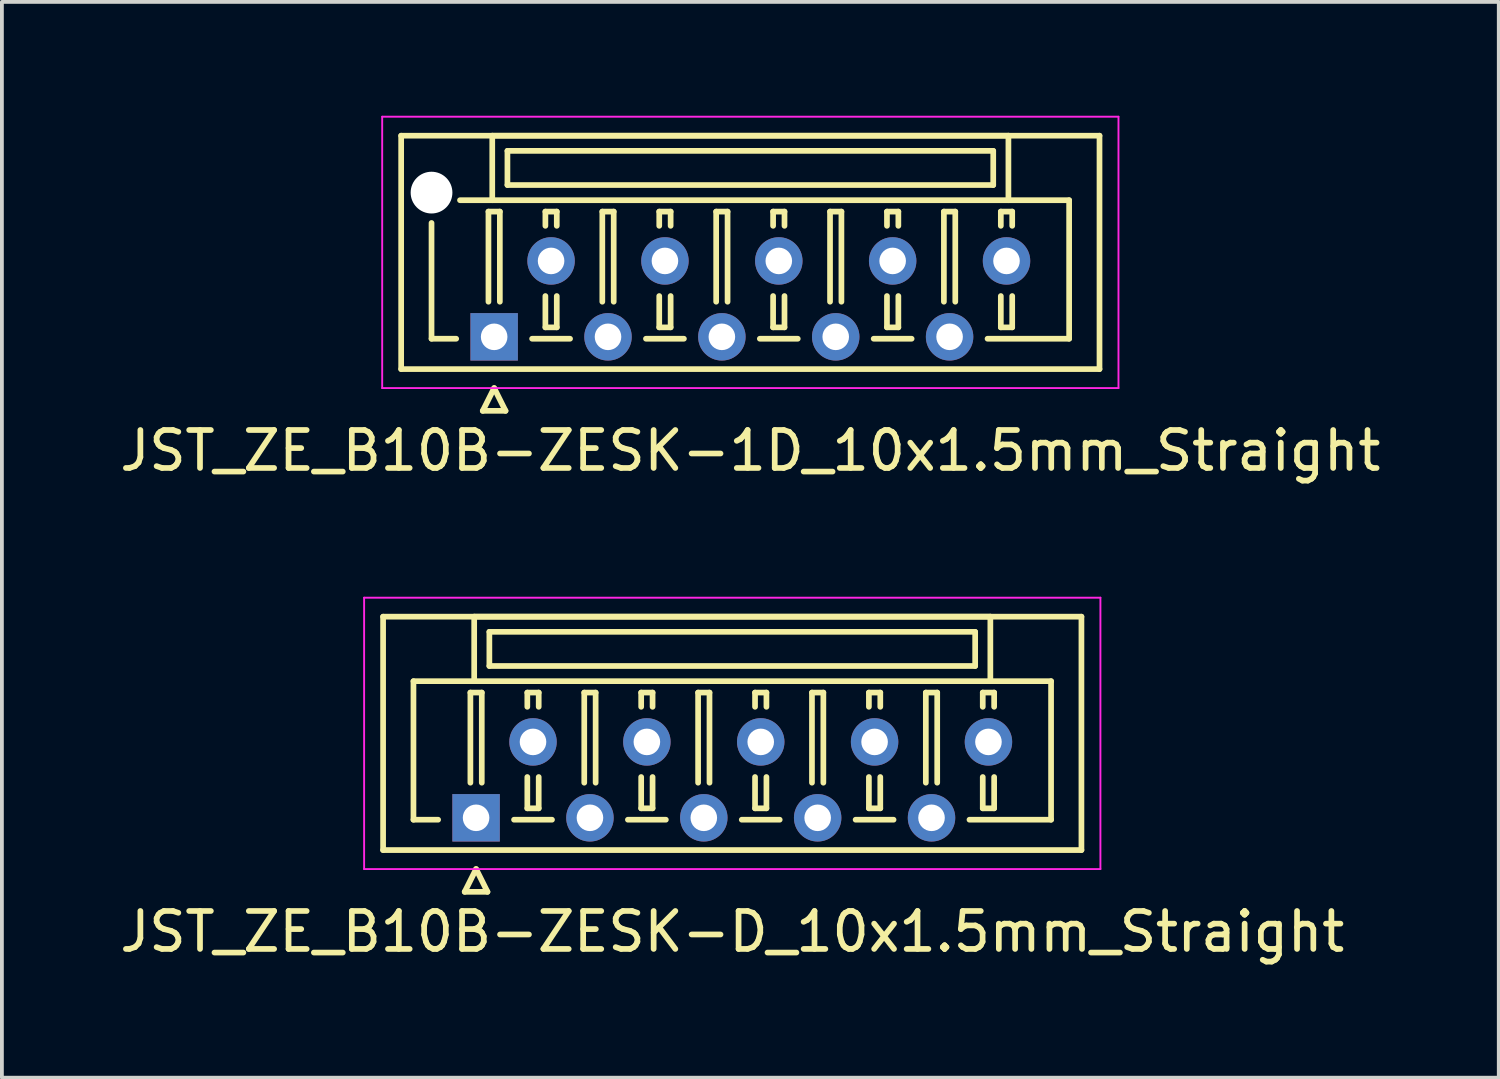
<source format=kicad_pcb>
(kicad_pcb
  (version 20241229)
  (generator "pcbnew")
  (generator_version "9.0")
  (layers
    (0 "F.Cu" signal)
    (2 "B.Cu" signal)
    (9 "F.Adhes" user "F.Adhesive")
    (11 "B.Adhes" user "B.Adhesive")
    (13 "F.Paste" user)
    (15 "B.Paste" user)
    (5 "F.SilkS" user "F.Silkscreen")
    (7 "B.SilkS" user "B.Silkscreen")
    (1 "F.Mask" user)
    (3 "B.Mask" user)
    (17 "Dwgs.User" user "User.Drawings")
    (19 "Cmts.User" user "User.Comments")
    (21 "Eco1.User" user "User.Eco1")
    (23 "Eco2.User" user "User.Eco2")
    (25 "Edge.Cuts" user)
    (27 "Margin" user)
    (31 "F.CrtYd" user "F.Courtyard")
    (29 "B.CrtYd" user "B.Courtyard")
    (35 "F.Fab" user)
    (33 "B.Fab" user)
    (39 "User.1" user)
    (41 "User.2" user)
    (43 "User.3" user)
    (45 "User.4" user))
  (footprint "JST_ZE_B10B-ZESK-1D_10x1.5mm_Straight"
    (layer "F.Cu")
    (at 9.97 5.825)
    (property "Reference" "JST_ZE_B10B-ZESK-1D_10x1.5mm_Straight" (at 6.75 3 0) (layer "F.SilkS") (effects (font (size 1 1) (thickness 0.15))))
    (attr through_hole)
    (fp_line (start -2.45 -5.3) (end -2.45 0.85) (stroke (width 0.15) (type solid)) (layer "F.SilkS"))
    (fp_line (start -2.45 0.85) (end 15.95 0.85) (stroke (width 0.15) (type solid)) (layer "F.SilkS"))
    (fp_line (start -1.65 -3) (end -1.65 0.05) (stroke (width 0.15) (type solid)) (layer "F.SilkS"))
    (fp_line (start -1.65 0.05) (end -1 0.05) (stroke (width 0.15) (type solid)) (layer "F.SilkS"))
    (fp_line (start -0.3 1.95) (end 0 1.35) (stroke (width 0.15) (type solid)) (layer "F.SilkS"))
    (fp_line (start -0.15 -3.3) (end 0.15 -3.3) (stroke (width 0.15) (type solid)) (layer "F.SilkS"))
    (fp_line (start -0.15 -0.925) (end -0.15 -3.3) (stroke (width 0.15) (type solid)) (layer "F.SilkS"))
    (fp_line (start -0.05 -5.3) (end -0.05 -3.6) (stroke (width 0.15) (type solid)) (layer "F.SilkS"))
    (fp_line (start -0.05 -3.6) (end -0.9 -3.6) (stroke (width 0.15) (type solid)) (layer "F.SilkS"))
    (fp_line (start -0.05 -3.6) (end 13.55 -3.6) (stroke (width 0.15) (type solid)) (layer "F.SilkS"))
    (fp_line (start 0 1.35) (end 0.3 1.95) (stroke (width 0.15) (type solid)) (layer "F.SilkS"))
    (fp_line (start 0.15 -3.3) (end 0.15 -0.925) (stroke (width 0.15) (type solid)) (layer "F.SilkS"))
    (fp_line (start 0.3 1.95) (end -0.3 1.95) (stroke (width 0.15) (type solid)) (layer "F.SilkS"))
    (fp_line (start 0.35 -4.9) (end 0.35 -4) (stroke (width 0.15) (type solid)) (layer "F.SilkS"))
    (fp_line (start 0.35 -4) (end 13.15 -4) (stroke (width 0.15) (type solid)) (layer "F.SilkS"))
    (fp_line (start 1 0.05) (end 2 0.05) (stroke (width 0.15) (type solid)) (layer "F.SilkS"))
    (fp_line (start 1.35 -3.3) (end 1.65 -3.3) (stroke (width 0.15) (type solid)) (layer "F.SilkS"))
    (fp_line (start 1.35 -2.925) (end 1.35 -3.3) (stroke (width 0.15) (type solid)) (layer "F.SilkS"))
    (fp_line (start 1.35 -1.075) (end 1.35 -0.25) (stroke (width 0.15) (type solid)) (layer "F.SilkS"))
    (fp_line (start 1.35 -0.25) (end 1.65 -0.25) (stroke (width 0.15) (type solid)) (layer "F.SilkS"))
    (fp_line (start 1.65 -3.3) (end 1.65 -2.925) (stroke (width 0.15) (type solid)) (layer "F.SilkS"))
    (fp_line (start 1.65 -0.25) (end 1.65 -1.075) (stroke (width 0.15) (type solid)) (layer "F.SilkS"))
    (fp_line (start 2.85 -3.3) (end 3.15 -3.3) (stroke (width 0.15) (type solid)) (layer "F.SilkS"))
    (fp_line (start 2.85 -0.925) (end 2.85 -3.3) (stroke (width 0.15) (type solid)) (layer "F.SilkS"))
    (fp_line (start 3.15 -3.3) (end 3.15 -0.925) (stroke (width 0.15) (type solid)) (layer "F.SilkS"))
    (fp_line (start 4 0.05) (end 5 0.05) (stroke (width 0.15) (type solid)) (layer "F.SilkS"))
    (fp_line (start 4.35 -3.3) (end 4.65 -3.3) (stroke (width 0.15) (type solid)) (layer "F.SilkS"))
    (fp_line (start 4.35 -2.925) (end 4.35 -3.3) (stroke (width 0.15) (type solid)) (layer "F.SilkS"))
    (fp_line (start 4.35 -1.075) (end 4.35 -0.25) (stroke (width 0.15) (type solid)) (layer "F.SilkS"))
    (fp_line (start 4.35 -0.25) (end 4.65 -0.25) (stroke (width 0.15) (type solid)) (layer "F.SilkS"))
    (fp_line (start 4.65 -3.3) (end 4.65 -2.925) (stroke (width 0.15) (type solid)) (layer "F.SilkS"))
    (fp_line (start 4.65 -0.25) (end 4.65 -1.075) (stroke (width 0.15) (type solid)) (layer "F.SilkS"))
    (fp_line (start 5.85 -3.3) (end 6.15 -3.3) (stroke (width 0.15) (type solid)) (layer "F.SilkS"))
    (fp_line (start 5.85 -0.925) (end 5.85 -3.3) (stroke (width 0.15) (type solid)) (layer "F.SilkS"))
    (fp_line (start 6.15 -3.3) (end 6.15 -0.925) (stroke (width 0.15) (type solid)) (layer "F.SilkS"))
    (fp_line (start 7 0.05) (end 8 0.05) (stroke (width 0.15) (type solid)) (layer "F.SilkS"))
    (fp_line (start 7.35 -3.3) (end 7.65 -3.3) (stroke (width 0.15) (type solid)) (layer "F.SilkS"))
    (fp_line (start 7.35 -2.925) (end 7.35 -3.3) (stroke (width 0.15) (type solid)) (layer "F.SilkS"))
    (fp_line (start 7.35 -1.075) (end 7.35 -0.25) (stroke (width 0.15) (type solid)) (layer "F.SilkS"))
    (fp_line (start 7.35 -0.25) (end 7.65 -0.25) (stroke (width 0.15) (type solid)) (layer "F.SilkS"))
    (fp_line (start 7.65 -3.3) (end 7.65 -2.925) (stroke (width 0.15) (type solid)) (layer "F.SilkS"))
    (fp_line (start 7.65 -0.25) (end 7.65 -1.075) (stroke (width 0.15) (type solid)) (layer "F.SilkS"))
    (fp_line (start 8.85 -3.3) (end 9.15 -3.3) (stroke (width 0.15) (type solid)) (layer "F.SilkS"))
    (fp_line (start 8.85 -0.925) (end 8.85 -3.3) (stroke (width 0.15) (type solid)) (layer "F.SilkS"))
    (fp_line (start 9.15 -3.3) (end 9.15 -0.925) (stroke (width 0.15) (type solid)) (layer "F.SilkS"))
    (fp_line (start 10 0.05) (end 11 0.05) (stroke (width 0.15) (type solid)) (layer "F.SilkS"))
    (fp_line (start 10.35 -3.3) (end 10.65 -3.3) (stroke (width 0.15) (type solid)) (layer "F.SilkS"))
    (fp_line (start 10.35 -2.925) (end 10.35 -3.3) (stroke (width 0.15) (type solid)) (layer "F.SilkS"))
    (fp_line (start 10.35 -1.075) (end 10.35 -0.25) (stroke (width 0.15) (type solid)) (layer "F.SilkS"))
    (fp_line (start 10.35 -0.25) (end 10.65 -0.25) (stroke (width 0.15) (type solid)) (layer "F.SilkS"))
    (fp_line (start 10.65 -3.3) (end 10.65 -2.925) (stroke (width 0.15) (type solid)) (layer "F.SilkS"))
    (fp_line (start 10.65 -0.25) (end 10.65 -1.075) (stroke (width 0.15) (type solid)) (layer "F.SilkS"))
    (fp_line (start 11.85 -3.3) (end 12.15 -3.3) (stroke (width 0.15) (type solid)) (layer "F.SilkS"))
    (fp_line (start 11.85 -0.925) (end 11.85 -3.3) (stroke (width 0.15) (type solid)) (layer "F.SilkS"))
    (fp_line (start 12.15 -3.3) (end 12.15 -0.925) (stroke (width 0.15) (type solid)) (layer "F.SilkS"))
    (fp_line (start 13.15 -4.9) (end 0.35 -4.9) (stroke (width 0.15) (type solid)) (layer "F.SilkS"))
    (fp_line (start 13.15 -4) (end 13.15 -4.9) (stroke (width 0.15) (type solid)) (layer "F.SilkS"))
    (fp_line (start 13.35 -3.3) (end 13.65 -3.3) (stroke (width 0.15) (type solid)) (layer "F.SilkS"))
    (fp_line (start 13.35 -2.925) (end 13.35 -3.3) (stroke (width 0.15) (type solid)) (layer "F.SilkS"))
    (fp_line (start 13.35 -1.075) (end 13.35 -0.25) (stroke (width 0.15) (type solid)) (layer "F.SilkS"))
    (fp_line (start 13.35 -0.25) (end 13.65 -0.25) (stroke (width 0.15) (type solid)) (layer "F.SilkS"))
    (fp_line (start 13.55 -5.3) (end -0.05 -5.3) (stroke (width 0.15) (type solid)) (layer "F.SilkS"))
    (fp_line (start 13.55 -3.6) (end 13.55 -5.3) (stroke (width 0.15) (type solid)) (layer "F.SilkS"))
    (fp_line (start 13.55 -3.6) (end 15.15 -3.6) (stroke (width 0.15) (type solid)) (layer "F.SilkS"))
    (fp_line (start 13.65 -3.3) (end 13.65 -2.925) (stroke (width 0.15) (type solid)) (layer "F.SilkS"))
    (fp_line (start 13.65 -0.25) (end 13.65 -1.075) (stroke (width 0.15) (type solid)) (layer "F.SilkS"))
    (fp_line (start 15.15 -3.6) (end 15.15 0.05) (stroke (width 0.15) (type solid)) (layer "F.SilkS"))
    (fp_line (start 15.15 0.05) (end 13 0.05) (stroke (width 0.15) (type solid)) (layer "F.SilkS"))
    (fp_line (start 15.95 -5.3) (end -2.45 -5.3) (stroke (width 0.15) (type solid)) (layer "F.SilkS"))
    (fp_line (start 15.95 0.85) (end 15.95 -5.3) (stroke (width 0.15) (type solid)) (layer "F.SilkS"))
    (fp_line (start -2.95 -5.8) (end -2.95 1.35) (stroke (width 0.05) (type solid)) (layer "F.CrtYd"))
    (fp_line (start -2.95 1.35) (end 16.45 1.35) (stroke (width 0.05) (type solid)) (layer "F.CrtYd"))
    (fp_line (start 16.45 -5.8) (end -2.95 -5.8) (stroke (width 0.05) (type solid)) (layer "F.CrtYd"))
    (fp_line (start 16.45 1.35) (end 16.45 -5.8) (stroke (width 0.05) (type solid)) (layer "F.CrtYd"))
    (pad "" np_thru_hole circle (at -1.65 -3.8) (size 1.1 1.1) (drill 1.1) (layers "*.Cu"))
    (pad "1" thru_hole rect (at 0 0) (size 1.25 1.25) (drill 0.7) (layers "*.Cu" "*.Mask"))
    (pad "2" thru_hole circle (at 1.5 -2) (size 1.25 1.25) (drill 0.7) (layers "*.Cu" "*.Mask"))
    (pad "3" thru_hole circle (at 3 0) (size 1.25 1.25) (drill 0.7) (layers "*.Cu" "*.Mask"))
    (pad "4" thru_hole circle (at 4.5 -2) (size 1.25 1.25) (drill 0.7) (layers "*.Cu" "*.Mask"))
    (pad "5" thru_hole circle (at 6 0) (size 1.25 1.25) (drill 0.7) (layers "*.Cu" "*.Mask"))
    (pad "6" thru_hole circle (at 7.5 -2) (size 1.25 1.25) (drill 0.7) (layers "*.Cu" "*.Mask"))
    (pad "7" thru_hole circle (at 9 0) (size 1.25 1.25) (drill 0.7) (layers "*.Cu" "*.Mask"))
    (pad "8" thru_hole circle (at 10.5 -2) (size 1.25 1.25) (drill 0.7) (layers "*.Cu" "*.Mask"))
    (pad "9" thru_hole circle (at 12 0) (size 1.25 1.25) (drill 0.7) (layers "*.Cu" "*.Mask"))
    (pad "10" thru_hole circle (at 13.5 -2) (size 1.25 1.25) (drill 0.7) (layers "*.Cu" "*.Mask")))
  (footprint "JST_ZE_B10B-ZESK-D_10x1.5mm_Straight"
    (layer "F.Cu")
    (at 9.494 18.498)
    (property "Reference" "JST_ZE_B10B-ZESK-D_10x1.5mm_Straight" (at 6.75 3 0) (layer "F.SilkS") (effects (font (size 1 1) (thickness 0.15))))
    (attr through_hole)
    (fp_line (start -2.45 -5.3) (end -2.45 0.85) (stroke (width 0.15) (type solid)) (layer "F.SilkS"))
    (fp_line (start -2.45 0.85) (end 15.95 0.85) (stroke (width 0.15) (type solid)) (layer "F.SilkS"))
    (fp_line (start -1.65 -3.6) (end -1.65 0.05) (stroke (width 0.15) (type solid)) (layer "F.SilkS"))
    (fp_line (start -1.65 0.05) (end -1 0.05) (stroke (width 0.15) (type solid)) (layer "F.SilkS"))
    (fp_line (start -0.3 1.95) (end 0 1.35) (stroke (width 0.15) (type solid)) (layer "F.SilkS"))
    (fp_line (start -0.15 -3.3) (end 0.15 -3.3) (stroke (width 0.15) (type solid)) (layer "F.SilkS"))
    (fp_line (start -0.15 -0.925) (end -0.15 -3.3) (stroke (width 0.15) (type solid)) (layer "F.SilkS"))
    (fp_line (start -0.05 -5.3) (end -0.05 -3.6) (stroke (width 0.15) (type solid)) (layer "F.SilkS"))
    (fp_line (start -0.05 -3.6) (end -1.65 -3.6) (stroke (width 0.15) (type solid)) (layer "F.SilkS"))
    (fp_line (start -0.05 -3.6) (end 13.55 -3.6) (stroke (width 0.15) (type solid)) (layer "F.SilkS"))
    (fp_line (start 0 1.35) (end 0.3 1.95) (stroke (width 0.15) (type solid)) (layer "F.SilkS"))
    (fp_line (start 0.15 -3.3) (end 0.15 -0.925) (stroke (width 0.15) (type solid)) (layer "F.SilkS"))
    (fp_line (start 0.3 1.95) (end -0.3 1.95) (stroke (width 0.15) (type solid)) (layer "F.SilkS"))
    (fp_line (start 0.35 -4.9) (end 0.35 -4) (stroke (width 0.15) (type solid)) (layer "F.SilkS"))
    (fp_line (start 0.35 -4) (end 13.15 -4) (stroke (width 0.15) (type solid)) (layer "F.SilkS"))
    (fp_line (start 1 0.05) (end 2 0.05) (stroke (width 0.15) (type solid)) (layer "F.SilkS"))
    (fp_line (start 1.35 -3.3) (end 1.65 -3.3) (stroke (width 0.15) (type solid)) (layer "F.SilkS"))
    (fp_line (start 1.35 -2.925) (end 1.35 -3.3) (stroke (width 0.15) (type solid)) (layer "F.SilkS"))
    (fp_line (start 1.35 -1.075) (end 1.35 -0.25) (stroke (width 0.15) (type solid)) (layer "F.SilkS"))
    (fp_line (start 1.35 -0.25) (end 1.65 -0.25) (stroke (width 0.15) (type solid)) (layer "F.SilkS"))
    (fp_line (start 1.65 -3.3) (end 1.65 -2.925) (stroke (width 0.15) (type solid)) (layer "F.SilkS"))
    (fp_line (start 1.65 -0.25) (end 1.65 -1.075) (stroke (width 0.15) (type solid)) (layer "F.SilkS"))
    (fp_line (start 2.85 -3.3) (end 3.15 -3.3) (stroke (width 0.15) (type solid)) (layer "F.SilkS"))
    (fp_line (start 2.85 -0.925) (end 2.85 -3.3) (stroke (width 0.15) (type solid)) (layer "F.SilkS"))
    (fp_line (start 3.15 -3.3) (end 3.15 -0.925) (stroke (width 0.15) (type solid)) (layer "F.SilkS"))
    (fp_line (start 4 0.05) (end 5 0.05) (stroke (width 0.15) (type solid)) (layer "F.SilkS"))
    (fp_line (start 4.35 -3.3) (end 4.65 -3.3) (stroke (width 0.15) (type solid)) (layer "F.SilkS"))
    (fp_line (start 4.35 -2.925) (end 4.35 -3.3) (stroke (width 0.15) (type solid)) (layer "F.SilkS"))
    (fp_line (start 4.35 -1.075) (end 4.35 -0.25) (stroke (width 0.15) (type solid)) (layer "F.SilkS"))
    (fp_line (start 4.35 -0.25) (end 4.65 -0.25) (stroke (width 0.15) (type solid)) (layer "F.SilkS"))
    (fp_line (start 4.65 -3.3) (end 4.65 -2.925) (stroke (width 0.15) (type solid)) (layer "F.SilkS"))
    (fp_line (start 4.65 -0.25) (end 4.65 -1.075) (stroke (width 0.15) (type solid)) (layer "F.SilkS"))
    (fp_line (start 5.85 -3.3) (end 6.15 -3.3) (stroke (width 0.15) (type solid)) (layer "F.SilkS"))
    (fp_line (start 5.85 -0.925) (end 5.85 -3.3) (stroke (width 0.15) (type solid)) (layer "F.SilkS"))
    (fp_line (start 6.15 -3.3) (end 6.15 -0.925) (stroke (width 0.15) (type solid)) (layer "F.SilkS"))
    (fp_line (start 7 0.05) (end 8 0.05) (stroke (width 0.15) (type solid)) (layer "F.SilkS"))
    (fp_line (start 7.35 -3.3) (end 7.65 -3.3) (stroke (width 0.15) (type solid)) (layer "F.SilkS"))
    (fp_line (start 7.35 -2.925) (end 7.35 -3.3) (stroke (width 0.15) (type solid)) (layer "F.SilkS"))
    (fp_line (start 7.35 -1.075) (end 7.35 -0.25) (stroke (width 0.15) (type solid)) (layer "F.SilkS"))
    (fp_line (start 7.35 -0.25) (end 7.65 -0.25) (stroke (width 0.15) (type solid)) (layer "F.SilkS"))
    (fp_line (start 7.65 -3.3) (end 7.65 -2.925) (stroke (width 0.15) (type solid)) (layer "F.SilkS"))
    (fp_line (start 7.65 -0.25) (end 7.65 -1.075) (stroke (width 0.15) (type solid)) (layer "F.SilkS"))
    (fp_line (start 8.85 -3.3) (end 9.15 -3.3) (stroke (width 0.15) (type solid)) (layer "F.SilkS"))
    (fp_line (start 8.85 -0.925) (end 8.85 -3.3) (stroke (width 0.15) (type solid)) (layer "F.SilkS"))
    (fp_line (start 9.15 -3.3) (end 9.15 -0.925) (stroke (width 0.15) (type solid)) (layer "F.SilkS"))
    (fp_line (start 10 0.05) (end 11 0.05) (stroke (width 0.15) (type solid)) (layer "F.SilkS"))
    (fp_line (start 10.35 -3.3) (end 10.65 -3.3) (stroke (width 0.15) (type solid)) (layer "F.SilkS"))
    (fp_line (start 10.35 -2.925) (end 10.35 -3.3) (stroke (width 0.15) (type solid)) (layer "F.SilkS"))
    (fp_line (start 10.35 -1.075) (end 10.35 -0.25) (stroke (width 0.15) (type solid)) (layer "F.SilkS"))
    (fp_line (start 10.35 -0.25) (end 10.65 -0.25) (stroke (width 0.15) (type solid)) (layer "F.SilkS"))
    (fp_line (start 10.65 -3.3) (end 10.65 -2.925) (stroke (width 0.15) (type solid)) (layer "F.SilkS"))
    (fp_line (start 10.65 -0.25) (end 10.65 -1.075) (stroke (width 0.15) (type solid)) (layer "F.SilkS"))
    (fp_line (start 11.85 -3.3) (end 12.15 -3.3) (stroke (width 0.15) (type solid)) (layer "F.SilkS"))
    (fp_line (start 11.85 -0.925) (end 11.85 -3.3) (stroke (width 0.15) (type solid)) (layer "F.SilkS"))
    (fp_line (start 12.15 -3.3) (end 12.15 -0.925) (stroke (width 0.15) (type solid)) (layer "F.SilkS"))
    (fp_line (start 13.15 -4.9) (end 0.35 -4.9) (stroke (width 0.15) (type solid)) (layer "F.SilkS"))
    (fp_line (start 13.15 -4) (end 13.15 -4.9) (stroke (width 0.15) (type solid)) (layer "F.SilkS"))
    (fp_line (start 13.35 -3.3) (end 13.65 -3.3) (stroke (width 0.15) (type solid)) (layer "F.SilkS"))
    (fp_line (start 13.35 -2.925) (end 13.35 -3.3) (stroke (width 0.15) (type solid)) (layer "F.SilkS"))
    (fp_line (start 13.35 -1.075) (end 13.35 -0.25) (stroke (width 0.15) (type solid)) (layer "F.SilkS"))
    (fp_line (start 13.35 -0.25) (end 13.65 -0.25) (stroke (width 0.15) (type solid)) (layer "F.SilkS"))
    (fp_line (start 13.55 -5.3) (end -0.05 -5.3) (stroke (width 0.15) (type solid)) (layer "F.SilkS"))
    (fp_line (start 13.55 -3.6) (end 13.55 -5.3) (stroke (width 0.15) (type solid)) (layer "F.SilkS"))
    (fp_line (start 13.55 -3.6) (end 15.15 -3.6) (stroke (width 0.15) (type solid)) (layer "F.SilkS"))
    (fp_line (start 13.65 -3.3) (end 13.65 -2.925) (stroke (width 0.15) (type solid)) (layer "F.SilkS"))
    (fp_line (start 13.65 -0.25) (end 13.65 -1.075) (stroke (width 0.15) (type solid)) (layer "F.SilkS"))
    (fp_line (start 15.15 -3.6) (end 15.15 0.05) (stroke (width 0.15) (type solid)) (layer "F.SilkS"))
    (fp_line (start 15.15 0.05) (end 13 0.05) (stroke (width 0.15) (type solid)) (layer "F.SilkS"))
    (fp_line (start 15.95 -5.3) (end -2.45 -5.3) (stroke (width 0.15) (type solid)) (layer "F.SilkS"))
    (fp_line (start 15.95 0.85) (end 15.95 -5.3) (stroke (width 0.15) (type solid)) (layer "F.SilkS"))
    (fp_line (start -2.95 -5.8) (end -2.95 1.35) (stroke (width 0.05) (type solid)) (layer "F.CrtYd"))
    (fp_line (start -2.95 1.35) (end 16.45 1.35) (stroke (width 0.05) (type solid)) (layer "F.CrtYd"))
    (fp_line (start 16.45 -5.8) (end -2.95 -5.8) (stroke (width 0.05) (type solid)) (layer "F.CrtYd"))
    (fp_line (start 16.45 1.35) (end 16.45 -5.8) (stroke (width 0.05) (type solid)) (layer "F.CrtYd"))
    (pad "1" thru_hole rect (at 0 0) (size 1.25 1.25) (drill 0.7) (layers "*.Cu" "*.Mask"))
    (pad "2" thru_hole circle (at 1.5 -2) (size 1.25 1.25) (drill 0.7) (layers "*.Cu" "*.Mask"))
    (pad "3" thru_hole circle (at 3 0) (size 1.25 1.25) (drill 0.7) (layers "*.Cu" "*.Mask"))
    (pad "4" thru_hole circle (at 4.5 -2) (size 1.25 1.25) (drill 0.7) (layers "*.Cu" "*.Mask"))
    (pad "5" thru_hole circle (at 6 0) (size 1.25 1.25) (drill 0.7) (layers "*.Cu" "*.Mask"))
    (pad "6" thru_hole circle (at 7.5 -2) (size 1.25 1.25) (drill 0.7) (layers "*.Cu" "*.Mask"))
    (pad "7" thru_hole circle (at 9 0) (size 1.25 1.25) (drill 0.7) (layers "*.Cu" "*.Mask"))
    (pad "8" thru_hole circle (at 10.5 -2) (size 1.25 1.25) (drill 0.7) (layers "*.Cu" "*.Mask"))
    (pad "9" thru_hole circle (at 12 0) (size 1.25 1.25) (drill 0.7) (layers "*.Cu" "*.Mask"))
    (pad "10" thru_hole circle (at 13.5 -2) (size 1.25 1.25) (drill 0.7) (layers "*.Cu" "*.Mask")))
  (gr_rect
    (start -3 -3)
    (end 36.44 25.346)
    (stroke (width 0.1) (type default))
    (fill no)
    (layer "Edge.Cuts")))
</source>
